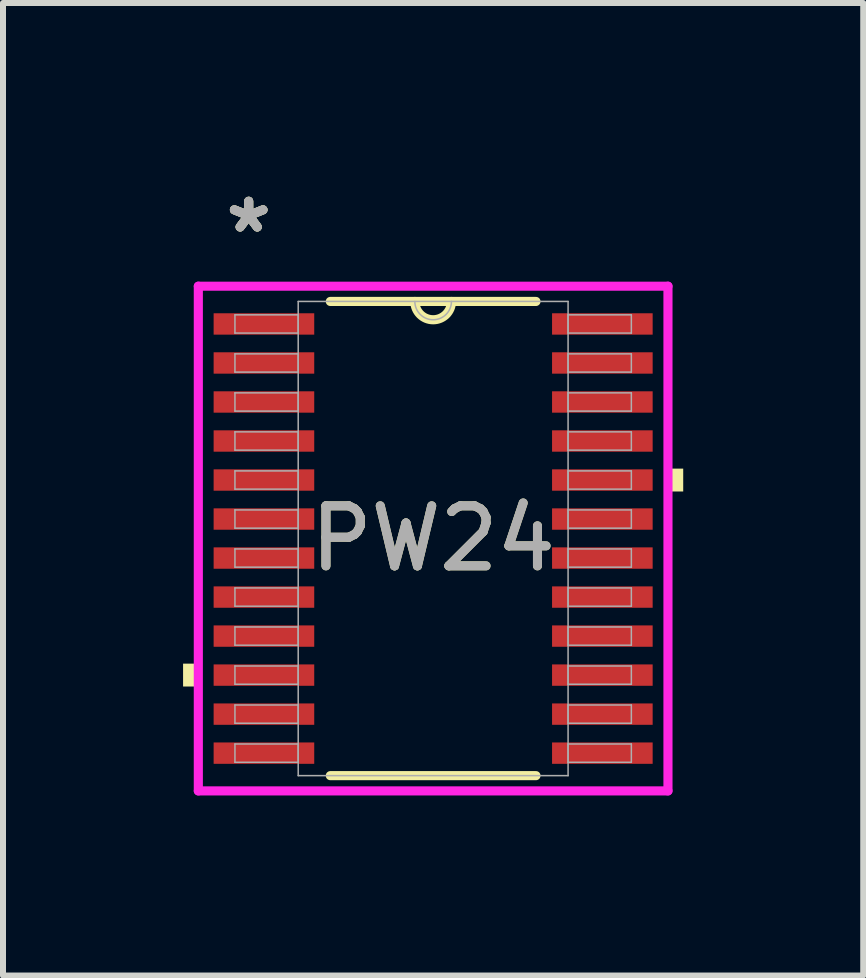
<source format=kicad_pcb>
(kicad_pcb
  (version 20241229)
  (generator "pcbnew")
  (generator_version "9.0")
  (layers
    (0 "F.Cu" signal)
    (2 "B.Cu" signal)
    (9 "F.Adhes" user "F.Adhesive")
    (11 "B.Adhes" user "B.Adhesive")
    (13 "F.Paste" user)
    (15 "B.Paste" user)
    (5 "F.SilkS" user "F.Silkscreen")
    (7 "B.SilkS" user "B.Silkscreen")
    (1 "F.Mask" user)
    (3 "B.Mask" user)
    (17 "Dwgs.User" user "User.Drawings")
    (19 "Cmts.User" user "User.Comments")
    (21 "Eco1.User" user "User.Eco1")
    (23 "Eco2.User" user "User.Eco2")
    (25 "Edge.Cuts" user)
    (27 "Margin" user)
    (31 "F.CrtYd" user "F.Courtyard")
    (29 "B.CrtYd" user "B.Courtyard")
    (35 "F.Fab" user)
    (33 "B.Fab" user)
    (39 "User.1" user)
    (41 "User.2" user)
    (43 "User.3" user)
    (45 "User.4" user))
  (footprint "PW24"
    (layer "F.Cu")
    (at 4.166 5.922)
    (property "Reference" "PW24" (at 0 0 0) (unlocked yes) (layer "F.SilkS") (effects (font (size 1 1) (thickness 0.15))))
    (attr smd)
    (fp_line (start -1.713 3.95) (end 1.713 3.95) (stroke (width 0.152) (type solid)) (layer "F.SilkS"))
    (fp_line (start 1.713 -3.95) (end -1.713 -3.95) (stroke (width 0.152) (type solid)) (layer "F.SilkS"))
    (fp_arc (start 0.3048 -3.9497) (mid 0 -3.6449) (end -0.3048 -3.9497) (stroke (width 0.1524) (type solid)) (layer "F.SilkS"))
    (fp_poly (pts (xy -4.166 2.084) (xy -4.166 2.465) (xy -3.912 2.465) (xy -3.912 2.084)) (stroke (width 0) (type solid)) (fill yes) (layer "F.SilkS"))
    (fp_poly (pts (xy 4.166 -1.165) (xy 4.166 -0.784) (xy 3.912 -0.784) (xy 3.912 -1.165)) (stroke (width 0) (type solid)) (fill yes) (layer "F.SilkS"))
    (fp_line (start -3.912 -4.204) (end 3.912 -4.204) (stroke (width 0.152) (type solid)) (layer "F.CrtYd"))
    (fp_line (start -3.912 4.204) (end -3.912 -4.204) (stroke (width 0.152) (type solid)) (layer "F.CrtYd"))
    (fp_line (start 3.912 -4.204) (end 3.912 4.204) (stroke (width 0.152) (type solid)) (layer "F.CrtYd"))
    (fp_line (start 3.912 4.204) (end -3.912 4.204) (stroke (width 0.152) (type solid)) (layer "F.CrtYd"))
    (fp_line (start -3.302 -3.727) (end -3.302 -3.423) (stroke (width 0.025) (type solid)) (layer "F.Fab"))
    (fp_line (start -3.302 -3.423) (end -2.248 -3.423) (stroke (width 0.025) (type solid)) (layer "F.Fab"))
    (fp_line (start -3.302 -3.077) (end -3.302 -2.773) (stroke (width 0.025) (type solid)) (layer "F.Fab"))
    (fp_line (start -3.302 -2.773) (end -2.248 -2.773) (stroke (width 0.025) (type solid)) (layer "F.Fab"))
    (fp_line (start -3.302 -2.427) (end -3.302 -2.123) (stroke (width 0.025) (type solid)) (layer "F.Fab"))
    (fp_line (start -3.302 -2.123) (end -2.248 -2.123) (stroke (width 0.025) (type solid)) (layer "F.Fab"))
    (fp_line (start -3.302 -1.777) (end -3.302 -1.473) (stroke (width 0.025) (type solid)) (layer "F.Fab"))
    (fp_line (start -3.302 -1.473) (end -2.248 -1.473) (stroke (width 0.025) (type solid)) (layer "F.Fab"))
    (fp_line (start -3.302 -1.127) (end -3.302 -0.823) (stroke (width 0.025) (type solid)) (layer "F.Fab"))
    (fp_line (start -3.302 -0.823) (end -2.248 -0.823) (stroke (width 0.025) (type solid)) (layer "F.Fab"))
    (fp_line (start -3.302 -0.477) (end -3.302 -0.173) (stroke (width 0.025) (type solid)) (layer "F.Fab"))
    (fp_line (start -3.302 -0.173) (end -2.248 -0.173) (stroke (width 0.025) (type solid)) (layer "F.Fab"))
    (fp_line (start -3.302 0.173) (end -3.302 0.477) (stroke (width 0.025) (type solid)) (layer "F.Fab"))
    (fp_line (start -3.302 0.477) (end -2.248 0.477) (stroke (width 0.025) (type solid)) (layer "F.Fab"))
    (fp_line (start -3.302 0.823) (end -3.302 1.127) (stroke (width 0.025) (type solid)) (layer "F.Fab"))
    (fp_line (start -3.302 1.127) (end -2.248 1.127) (stroke (width 0.025) (type solid)) (layer "F.Fab"))
    (fp_line (start -3.302 1.473) (end -3.302 1.777) (stroke (width 0.025) (type solid)) (layer "F.Fab"))
    (fp_line (start -3.302 1.777) (end -2.248 1.777) (stroke (width 0.025) (type solid)) (layer "F.Fab"))
    (fp_line (start -3.302 2.123) (end -3.302 2.427) (stroke (width 0.025) (type solid)) (layer "F.Fab"))
    (fp_line (start -3.302 2.427) (end -2.248 2.427) (stroke (width 0.025) (type solid)) (layer "F.Fab"))
    (fp_line (start -3.302 2.773) (end -3.302 3.077) (stroke (width 0.025) (type solid)) (layer "F.Fab"))
    (fp_line (start -3.302 3.077) (end -2.248 3.077) (stroke (width 0.025) (type solid)) (layer "F.Fab"))
    (fp_line (start -3.302 3.423) (end -3.302 3.727) (stroke (width 0.025) (type solid)) (layer "F.Fab"))
    (fp_line (start -3.302 3.727) (end -2.248 3.727) (stroke (width 0.025) (type solid)) (layer "F.Fab"))
    (fp_line (start -2.248 -3.95) (end -2.248 3.95) (stroke (width 0.025) (type solid)) (layer "F.Fab"))
    (fp_line (start -2.248 -3.727) (end -3.302 -3.727) (stroke (width 0.025) (type solid)) (layer "F.Fab"))
    (fp_line (start -2.248 -3.423) (end -2.248 -3.727) (stroke (width 0.025) (type solid)) (layer "F.Fab"))
    (fp_line (start -2.248 -3.077) (end -3.302 -3.077) (stroke (width 0.025) (type solid)) (layer "F.Fab"))
    (fp_line (start -2.248 -2.773) (end -2.248 -3.077) (stroke (width 0.025) (type solid)) (layer "F.Fab"))
    (fp_line (start -2.248 -2.427) (end -3.302 -2.427) (stroke (width 0.025) (type solid)) (layer "F.Fab"))
    (fp_line (start -2.248 -2.123) (end -2.248 -2.427) (stroke (width 0.025) (type solid)) (layer "F.Fab"))
    (fp_line (start -2.248 -1.777) (end -3.302 -1.777) (stroke (width 0.025) (type solid)) (layer "F.Fab"))
    (fp_line (start -2.248 -1.473) (end -2.248 -1.777) (stroke (width 0.025) (type solid)) (layer "F.Fab"))
    (fp_line (start -2.248 -1.127) (end -3.302 -1.127) (stroke (width 0.025) (type solid)) (layer "F.Fab"))
    (fp_line (start -2.248 -0.823) (end -2.248 -1.127) (stroke (width 0.025) (type solid)) (layer "F.Fab"))
    (fp_line (start -2.248 -0.477) (end -3.302 -0.477) (stroke (width 0.025) (type solid)) (layer "F.Fab"))
    (fp_line (start -2.248 -0.173) (end -2.248 -0.477) (stroke (width 0.025) (type solid)) (layer "F.Fab"))
    (fp_line (start -2.248 0.173) (end -3.302 0.173) (stroke (width 0.025) (type solid)) (layer "F.Fab"))
    (fp_line (start -2.248 0.477) (end -2.248 0.173) (stroke (width 0.025) (type solid)) (layer "F.Fab"))
    (fp_line (start -2.248 0.823) (end -3.302 0.823) (stroke (width 0.025) (type solid)) (layer "F.Fab"))
    (fp_line (start -2.248 1.127) (end -2.248 0.823) (stroke (width 0.025) (type solid)) (layer "F.Fab"))
    (fp_line (start -2.248 1.473) (end -3.302 1.473) (stroke (width 0.025) (type solid)) (layer "F.Fab"))
    (fp_line (start -2.248 1.777) (end -2.248 1.473) (stroke (width 0.025) (type solid)) (layer "F.Fab"))
    (fp_line (start -2.248 2.123) (end -3.302 2.123) (stroke (width 0.025) (type solid)) (layer "F.Fab"))
    (fp_line (start -2.248 2.427) (end -2.248 2.123) (stroke (width 0.025) (type solid)) (layer "F.Fab"))
    (fp_line (start -2.248 2.773) (end -3.302 2.773) (stroke (width 0.025) (type solid)) (layer "F.Fab"))
    (fp_line (start -2.248 3.077) (end -2.248 2.773) (stroke (width 0.025) (type solid)) (layer "F.Fab"))
    (fp_line (start -2.248 3.423) (end -3.302 3.423) (stroke (width 0.025) (type solid)) (layer "F.Fab"))
    (fp_line (start -2.248 3.727) (end -2.248 3.423) (stroke (width 0.025) (type solid)) (layer "F.Fab"))
    (fp_line (start -2.248 3.95) (end 2.248 3.95) (stroke (width 0.025) (type solid)) (layer "F.Fab"))
    (fp_line (start 2.248 -3.95) (end -2.248 -3.95) (stroke (width 0.025) (type solid)) (layer "F.Fab"))
    (fp_line (start 2.248 -3.727) (end 2.248 -3.423) (stroke (width 0.025) (type solid)) (layer "F.Fab"))
    (fp_line (start 2.248 -3.423) (end 3.302 -3.423) (stroke (width 0.025) (type solid)) (layer "F.Fab"))
    (fp_line (start 2.248 -3.077) (end 2.248 -2.773) (stroke (width 0.025) (type solid)) (layer "F.Fab"))
    (fp_line (start 2.248 -2.773) (end 3.302 -2.773) (stroke (width 0.025) (type solid)) (layer "F.Fab"))
    (fp_line (start 2.248 -2.427) (end 2.248 -2.123) (stroke (width 0.025) (type solid)) (layer "F.Fab"))
    (fp_line (start 2.248 -2.123) (end 3.302 -2.123) (stroke (width 0.025) (type solid)) (layer "F.Fab"))
    (fp_line (start 2.248 -1.777) (end 2.248 -1.473) (stroke (width 0.025) (type solid)) (layer "F.Fab"))
    (fp_line (start 2.248 -1.473) (end 3.302 -1.473) (stroke (width 0.025) (type solid)) (layer "F.Fab"))
    (fp_line (start 2.248 -1.127) (end 2.248 -0.823) (stroke (width 0.025) (type solid)) (layer "F.Fab"))
    (fp_line (start 2.248 -0.823) (end 3.302 -0.823) (stroke (width 0.025) (type solid)) (layer "F.Fab"))
    (fp_line (start 2.248 -0.477) (end 2.248 -0.173) (stroke (width 0.025) (type solid)) (layer "F.Fab"))
    (fp_line (start 2.248 -0.173) (end 3.302 -0.173) (stroke (width 0.025) (type solid)) (layer "F.Fab"))
    (fp_line (start 2.248 0.173) (end 2.248 0.477) (stroke (width 0.025) (type solid)) (layer "F.Fab"))
    (fp_line (start 2.248 0.477) (end 3.302 0.477) (stroke (width 0.025) (type solid)) (layer "F.Fab"))
    (fp_line (start 2.248 0.823) (end 2.248 1.127) (stroke (width 0.025) (type solid)) (layer "F.Fab"))
    (fp_line (start 2.248 1.127) (end 3.302 1.127) (stroke (width 0.025) (type solid)) (layer "F.Fab"))
    (fp_line (start 2.248 1.473) (end 2.248 1.777) (stroke (width 0.025) (type solid)) (layer "F.Fab"))
    (fp_line (start 2.248 1.777) (end 3.302 1.777) (stroke (width 0.025) (type solid)) (layer "F.Fab"))
    (fp_line (start 2.248 2.123) (end 2.248 2.427) (stroke (width 0.025) (type solid)) (layer "F.Fab"))
    (fp_line (start 2.248 2.427) (end 3.302 2.427) (stroke (width 0.025) (type solid)) (layer "F.Fab"))
    (fp_line (start 2.248 2.773) (end 2.248 3.077) (stroke (width 0.025) (type solid)) (layer "F.Fab"))
    (fp_line (start 2.248 3.077) (end 3.302 3.077) (stroke (width 0.025) (type solid)) (layer "F.Fab"))
    (fp_line (start 2.248 3.423) (end 2.248 3.727) (stroke (width 0.025) (type solid)) (layer "F.Fab"))
    (fp_line (start 2.248 3.727) (end 3.302 3.727) (stroke (width 0.025) (type solid)) (layer "F.Fab"))
    (fp_line (start 2.248 3.95) (end 2.248 -3.95) (stroke (width 0.025) (type solid)) (layer "F.Fab"))
    (fp_line (start 3.302 -3.727) (end 2.248 -3.727) (stroke (width 0.025) (type solid)) (layer "F.Fab"))
    (fp_line (start 3.302 -3.423) (end 3.302 -3.727) (stroke (width 0.025) (type solid)) (layer "F.Fab"))
    (fp_line (start 3.302 -3.077) (end 2.248 -3.077) (stroke (width 0.025) (type solid)) (layer "F.Fab"))
    (fp_line (start 3.302 -2.773) (end 3.302 -3.077) (stroke (width 0.025) (type solid)) (layer "F.Fab"))
    (fp_line (start 3.302 -2.427) (end 2.248 -2.427) (stroke (width 0.025) (type solid)) (layer "F.Fab"))
    (fp_line (start 3.302 -2.123) (end 3.302 -2.427) (stroke (width 0.025) (type solid)) (layer "F.Fab"))
    (fp_line (start 3.302 -1.777) (end 2.248 -1.777) (stroke (width 0.025) (type solid)) (layer "F.Fab"))
    (fp_line (start 3.302 -1.473) (end 3.302 -1.777) (stroke (width 0.025) (type solid)) (layer "F.Fab"))
    (fp_line (start 3.302 -1.127) (end 2.248 -1.127) (stroke (width 0.025) (type solid)) (layer "F.Fab"))
    (fp_line (start 3.302 -0.823) (end 3.302 -1.127) (stroke (width 0.025) (type solid)) (layer "F.Fab"))
    (fp_line (start 3.302 -0.477) (end 2.248 -0.477) (stroke (width 0.025) (type solid)) (layer "F.Fab"))
    (fp_line (start 3.302 -0.173) (end 3.302 -0.477) (stroke (width 0.025) (type solid)) (layer "F.Fab"))
    (fp_line (start 3.302 0.173) (end 2.248 0.173) (stroke (width 0.025) (type solid)) (layer "F.Fab"))
    (fp_line (start 3.302 0.477) (end 3.302 0.173) (stroke (width 0.025) (type solid)) (layer "F.Fab"))
    (fp_line (start 3.302 0.823) (end 2.248 0.823) (stroke (width 0.025) (type solid)) (layer "F.Fab"))
    (fp_line (start 3.302 1.127) (end 3.302 0.823) (stroke (width 0.025) (type solid)) (layer "F.Fab"))
    (fp_line (start 3.302 1.473) (end 2.248 1.473) (stroke (width 0.025) (type solid)) (layer "F.Fab"))
    (fp_line (start 3.302 1.777) (end 3.302 1.473) (stroke (width 0.025) (type solid)) (layer "F.Fab"))
    (fp_line (start 3.302 2.123) (end 2.248 2.123) (stroke (width 0.025) (type solid)) (layer "F.Fab"))
    (fp_line (start 3.302 2.427) (end 3.302 2.123) (stroke (width 0.025) (type solid)) (layer "F.Fab"))
    (fp_line (start 3.302 2.773) (end 2.248 2.773) (stroke (width 0.025) (type solid)) (layer "F.Fab"))
    (fp_line (start 3.302 3.077) (end 3.302 2.773) (stroke (width 0.025) (type solid)) (layer "F.Fab"))
    (fp_line (start 3.302 3.423) (end 2.248 3.423) (stroke (width 0.025) (type solid)) (layer "F.Fab"))
    (fp_line (start 3.302 3.727) (end 3.302 3.423) (stroke (width 0.025) (type solid)) (layer "F.Fab"))
    (fp_arc (start 0.3048 -3.9497) (mid 0 -3.6449) (end -0.3048 -3.9497) (stroke (width 0.0254) (type solid)) (layer "F.Fab"))
    (fp_text user "*" (at -3.073 -5.074 0) (unlocked yes) (layer "F.SilkS") (effects (font (size 1 1) (thickness 0.15))))
    (fp_text user "*" (at -3.073 -5.074 0) (layer "F.SilkS") (effects (font (size 1 1) (thickness 0.15))))
    (fp_text user "*" (at -3.073 -5.074 0) (layer "F.Fab") (effects (font (size 1 1) (thickness 0.15))))
    (fp_text user "${REFERENCE}" (at 0 0 0) (unlocked yes) (layer "F.Fab") (effects (font (size 1 1) (thickness 0.15))))
    (fp_text user "*" (at -3.073 -5.074 0) (unlocked yes) (layer "F.Fab") (effects (font (size 1 1) (thickness 0.15))))
    (pad "1" smd rect (at -2.819 -3.575) (size 1.676 0.356) (layers "F.Cu" "F.Mask" "F.Paste"))
    (pad "2" smd rect (at -2.819 -2.925) (size 1.676 0.356) (layers "F.Cu" "F.Mask" "F.Paste"))
    (pad "3" smd rect (at -2.819 -2.275) (size 1.676 0.356) (layers "F.Cu" "F.Mask" "F.Paste"))
    (pad "4" smd rect (at -2.819 -1.625) (size 1.676 0.356) (layers "F.Cu" "F.Mask" "F.Paste"))
    (pad "5" smd rect (at -2.819 -0.975) (size 1.676 0.356) (layers "F.Cu" "F.Mask" "F.Paste"))
    (pad "6" smd rect (at -2.819 -0.325) (size 1.676 0.356) (layers "F.Cu" "F.Mask" "F.Paste"))
    (pad "7" smd rect (at -2.819 0.325) (size 1.676 0.356) (layers "F.Cu" "F.Mask" "F.Paste"))
    (pad "8" smd rect (at -2.819 0.975) (size 1.676 0.356) (layers "F.Cu" "F.Mask" "F.Paste"))
    (pad "9" smd rect (at -2.819 1.625) (size 1.676 0.356) (layers "F.Cu" "F.Mask" "F.Paste"))
    (pad "10" smd rect (at -2.819 2.275) (size 1.676 0.356) (layers "F.Cu" "F.Mask" "F.Paste"))
    (pad "11" smd rect (at -2.819 2.925) (size 1.676 0.356) (layers "F.Cu" "F.Mask" "F.Paste"))
    (pad "12" smd rect (at -2.819 3.575) (size 1.676 0.356) (layers "F.Cu" "F.Mask" "F.Paste"))
    (pad "13" smd rect (at 2.819 3.575) (size 1.676 0.356) (layers "F.Cu" "F.Mask" "F.Paste"))
    (pad "14" smd rect (at 2.819 2.925) (size 1.676 0.356) (layers "F.Cu" "F.Mask" "F.Paste"))
    (pad "15" smd rect (at 2.819 2.275) (size 1.676 0.356) (layers "F.Cu" "F.Mask" "F.Paste"))
    (pad "16" smd rect (at 2.819 1.625) (size 1.676 0.356) (layers "F.Cu" "F.Mask" "F.Paste"))
    (pad "17" smd rect (at 2.819 0.975) (size 1.676 0.356) (layers "F.Cu" "F.Mask" "F.Paste"))
    (pad "18" smd rect (at 2.819 0.325) (size 1.676 0.356) (layers "F.Cu" "F.Mask" "F.Paste"))
    (pad "19" smd rect (at 2.819 -0.325) (size 1.676 0.356) (layers "F.Cu" "F.Mask" "F.Paste"))
    (pad "20" smd rect (at 2.819 -0.975) (size 1.676 0.356) (layers "F.Cu" "F.Mask" "F.Paste"))
    (pad "21" smd rect (at 2.819 -1.625) (size 1.676 0.356) (layers "F.Cu" "F.Mask" "F.Paste"))
    (pad "22" smd rect (at 2.819 -2.275) (size 1.676 0.356) (layers "F.Cu" "F.Mask" "F.Paste"))
    (pad "23" smd rect (at 2.819 -2.925) (size 1.676 0.356) (layers "F.Cu" "F.Mask" "F.Paste"))
    (pad "24" smd rect (at 2.819 -3.575) (size 1.676 0.356) (layers "F.Cu" "F.Mask" "F.Paste")))
  (gr_rect
    (start -3 -3)
    (end 11.331 13.202)
    (stroke (width 0.1) (type default))
    (fill no)
    (layer "Edge.Cuts")))
</source>
